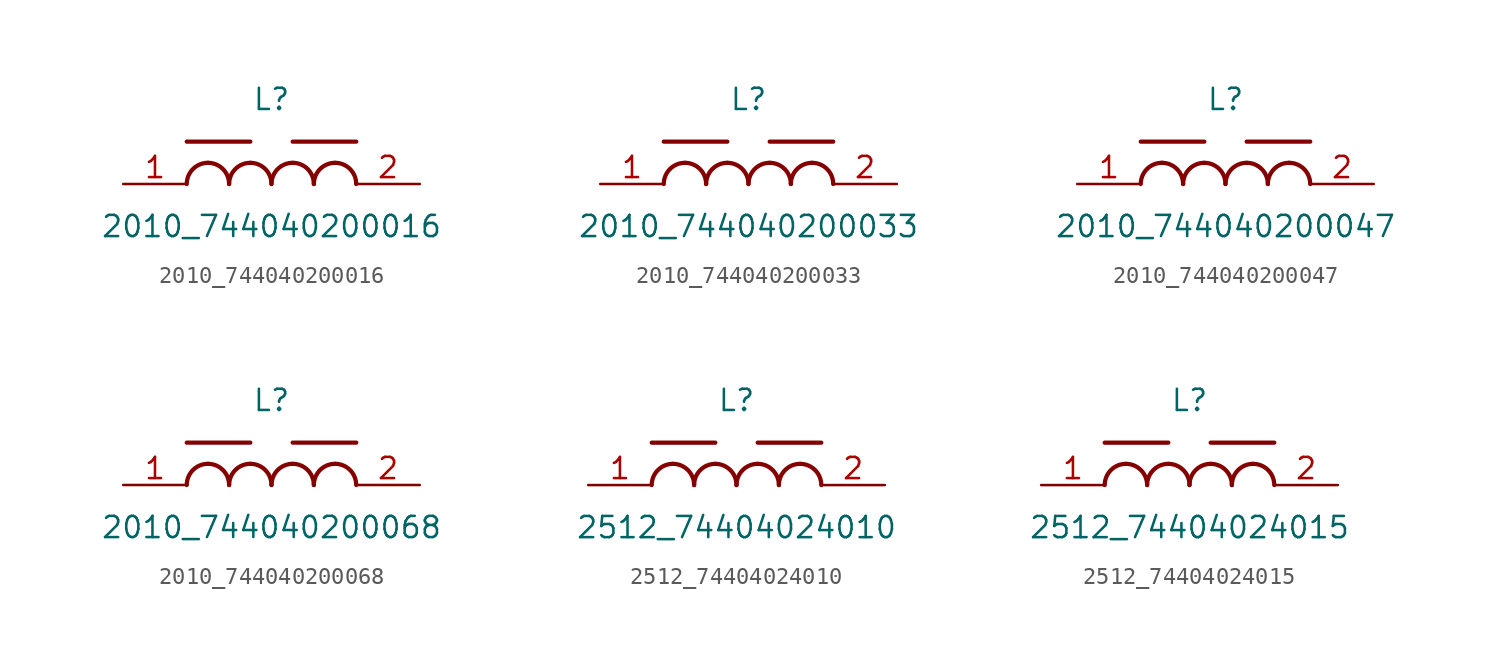
<source format=kicad_sym>
(kicad_symbol_lib
  (version 20211014)
  (generator kicad_symbol_editor)
  (symbol "Inductor_Wurth_WE-LQS:2010_744040200016"
    (pin_names hide)
    (property "Reference" "L"
      (at 0 5.08 0)
      (effects (font (size 1.27 1.27))))
    (property "Value" "2010_744040200016"
      (at 0 -2.54 0)
      (effects (font (size 1.27 1.27))))
    (symbol "2010_744040200016_0_1"
      (arc (start -3.81 1.27) (mid -4.708 0.898) (end -5.08 0) (stroke (width 0.254) (type default) (color 0 0 0 0)) (fill (type none)))
      (arc (start -2.54 0) (mid -2.912 0.898) (end -3.81 1.27) (stroke (width 0.254) (type default) (color 0 0 0 0)) (fill (type none)))
      (arc (start -1.2699 1.2701) (mid -2.1679 0.8981) (end -2.5399 0.0001) (stroke (width 0.254) (type default) (color 0 0 0 0)) (fill (type none)))
      (polyline (pts (xy -5.08 2.54) (xy -1.27 2.54)) (stroke (width 0.254) (type default) (color 0 0 0 0)) (fill (type none)))
      (polyline (pts (xy 5.08 2.54) (xy 1.27 2.54)) (stroke (width 0.254) (type default) (color 0 0 0 0)) (fill (type none)))
      (arc (start 0.0001 0.0001) (mid -0.3719 0.8981) (end -1.2699 1.2701) (stroke (width 0.254) (type default) (color 0 0 0 0)) (fill (type none)))
      (arc (start 1.2701 1.2701) (mid 0.3721 0.8981) (end 0.0001 0.0001) (stroke (width 0.254) (type default) (color 0 0 0 0)) (fill (type none)))
      (arc (start 2.5401 0.0001) (mid 2.1681 0.8981) (end 1.2701 1.2701) (stroke (width 0.254) (type default) (color 0 0 0 0)) (fill (type none)))
      (arc (start 3.8101 1.2701) (mid 2.9121 0.8981) (end 2.5401 0.0001) (stroke (width 0.254) (type default) (color 0 0 0 0)) (fill (type none)))
      (arc (start 5.0801 0.0001) (mid 4.7081 0.8981) (end 3.8101 1.2701) (stroke (width 0.254) (type default) (color 0 0 0 0)) (fill (type none))))
    (symbol "2010_744040200016_1_1"
      (pin passive line (at -8.89 0 0) (length 3.81) (name "1" (effects (font (size 1.27 1.27)))) (number "1" (effects (font (size 1.27 1.27)))))
      (pin passive line (at 8.89 0 180) (length 3.81) (name "2" (effects (font (size 1.27 1.27)))) (number "2" (effects (font (size 1.27 1.27)))))))
  (symbol "Inductor_Wurth_WE-LQS:2010_744040200033"
    (pin_names hide)
    (property "Reference" "L"
      (at 0 5.08 0)
      (effects (font (size 1.27 1.27))))
    (property "Value" "2010_744040200033"
      (at 0 -2.54 0)
      (effects (font (size 1.27 1.27))))
    (symbol "2010_744040200033_0_1"
      (arc (start -3.81 1.27) (mid -4.708 0.898) (end -5.08 0) (stroke (width 0.254) (type default) (color 0 0 0 0)) (fill (type none)))
      (arc (start -2.54 0) (mid -2.912 0.898) (end -3.81 1.27) (stroke (width 0.254) (type default) (color 0 0 0 0)) (fill (type none)))
      (arc (start -1.2699 1.2701) (mid -2.1679 0.8981) (end -2.5399 0.0001) (stroke (width 0.254) (type default) (color 0 0 0 0)) (fill (type none)))
      (polyline (pts (xy -5.08 2.54) (xy -1.27 2.54)) (stroke (width 0.254) (type default) (color 0 0 0 0)) (fill (type none)))
      (polyline (pts (xy 5.08 2.54) (xy 1.27 2.54)) (stroke (width 0.254) (type default) (color 0 0 0 0)) (fill (type none)))
      (arc (start 0.0001 0.0001) (mid -0.3719 0.8981) (end -1.2699 1.2701) (stroke (width 0.254) (type default) (color 0 0 0 0)) (fill (type none)))
      (arc (start 1.2701 1.2701) (mid 0.3721 0.8981) (end 0.0001 0.0001) (stroke (width 0.254) (type default) (color 0 0 0 0)) (fill (type none)))
      (arc (start 2.5401 0.0001) (mid 2.1681 0.8981) (end 1.2701 1.2701) (stroke (width 0.254) (type default) (color 0 0 0 0)) (fill (type none)))
      (arc (start 3.8101 1.2701) (mid 2.9121 0.8981) (end 2.5401 0.0001) (stroke (width 0.254) (type default) (color 0 0 0 0)) (fill (type none)))
      (arc (start 5.0801 0.0001) (mid 4.7081 0.8981) (end 3.8101 1.2701) (stroke (width 0.254) (type default) (color 0 0 0 0)) (fill (type none))))
    (symbol "2010_744040200033_1_1"
      (pin passive line (at -8.89 0 0) (length 3.81) (name "1" (effects (font (size 1.27 1.27)))) (number "1" (effects (font (size 1.27 1.27)))))
      (pin passive line (at 8.89 0 180) (length 3.81) (name "2" (effects (font (size 1.27 1.27)))) (number "2" (effects (font (size 1.27 1.27)))))))
  (symbol "Inductor_Wurth_WE-LQS:2010_744040200047"
    (pin_names hide)
    (property "Reference" "L"
      (at 0 5.08 0)
      (effects (font (size 1.27 1.27))))
    (property "Value" "2010_744040200047"
      (at 0 -2.54 0)
      (effects (font (size 1.27 1.27))))
    (symbol "2010_744040200047_0_1"
      (arc (start -3.81 1.27) (mid -4.708 0.898) (end -5.08 0) (stroke (width 0.254) (type default) (color 0 0 0 0)) (fill (type none)))
      (arc (start -2.54 0) (mid -2.912 0.898) (end -3.81 1.27) (stroke (width 0.254) (type default) (color 0 0 0 0)) (fill (type none)))
      (arc (start -1.2699 1.2701) (mid -2.1679 0.8981) (end -2.5399 0.0001) (stroke (width 0.254) (type default) (color 0 0 0 0)) (fill (type none)))
      (polyline (pts (xy -5.08 2.54) (xy -1.27 2.54)) (stroke (width 0.254) (type default) (color 0 0 0 0)) (fill (type none)))
      (polyline (pts (xy 5.08 2.54) (xy 1.27 2.54)) (stroke (width 0.254) (type default) (color 0 0 0 0)) (fill (type none)))
      (arc (start 0.0001 0.0001) (mid -0.3719 0.8981) (end -1.2699 1.2701) (stroke (width 0.254) (type default) (color 0 0 0 0)) (fill (type none)))
      (arc (start 1.2701 1.2701) (mid 0.3721 0.8981) (end 0.0001 0.0001) (stroke (width 0.254) (type default) (color 0 0 0 0)) (fill (type none)))
      (arc (start 2.5401 0.0001) (mid 2.1681 0.8981) (end 1.2701 1.2701) (stroke (width 0.254) (type default) (color 0 0 0 0)) (fill (type none)))
      (arc (start 3.8101 1.2701) (mid 2.9121 0.8981) (end 2.5401 0.0001) (stroke (width 0.254) (type default) (color 0 0 0 0)) (fill (type none)))
      (arc (start 5.0801 0.0001) (mid 4.7081 0.8981) (end 3.8101 1.2701) (stroke (width 0.254) (type default) (color 0 0 0 0)) (fill (type none))))
    (symbol "2010_744040200047_1_1"
      (pin passive line (at -8.89 0 0) (length 3.81) (name "1" (effects (font (size 1.27 1.27)))) (number "1" (effects (font (size 1.27 1.27)))))
      (pin passive line (at 8.89 0 180) (length 3.81) (name "2" (effects (font (size 1.27 1.27)))) (number "2" (effects (font (size 1.27 1.27)))))))
  (symbol "Inductor_Wurth_WE-LQS:2010_744040200068"
    (pin_names hide)
    (property "Reference" "L"
      (at 0 5.08 0)
      (effects (font (size 1.27 1.27))))
    (property "Value" "2010_744040200068"
      (at 0 -2.54 0)
      (effects (font (size 1.27 1.27))))
    (symbol "2010_744040200068_0_1"
      (arc (start -3.81 1.27) (mid -4.708 0.898) (end -5.08 0) (stroke (width 0.254) (type default) (color 0 0 0 0)) (fill (type none)))
      (arc (start -2.54 0) (mid -2.912 0.898) (end -3.81 1.27) (stroke (width 0.254) (type default) (color 0 0 0 0)) (fill (type none)))
      (arc (start -1.2699 1.2701) (mid -2.1679 0.8981) (end -2.5399 0.0001) (stroke (width 0.254) (type default) (color 0 0 0 0)) (fill (type none)))
      (polyline (pts (xy -5.08 2.54) (xy -1.27 2.54)) (stroke (width 0.254) (type default) (color 0 0 0 0)) (fill (type none)))
      (polyline (pts (xy 5.08 2.54) (xy 1.27 2.54)) (stroke (width 0.254) (type default) (color 0 0 0 0)) (fill (type none)))
      (arc (start 0.0001 0.0001) (mid -0.3719 0.8981) (end -1.2699 1.2701) (stroke (width 0.254) (type default) (color 0 0 0 0)) (fill (type none)))
      (arc (start 1.2701 1.2701) (mid 0.3721 0.8981) (end 0.0001 0.0001) (stroke (width 0.254) (type default) (color 0 0 0 0)) (fill (type none)))
      (arc (start 2.5401 0.0001) (mid 2.1681 0.8981) (end 1.2701 1.2701) (stroke (width 0.254) (type default) (color 0 0 0 0)) (fill (type none)))
      (arc (start 3.8101 1.2701) (mid 2.9121 0.8981) (end 2.5401 0.0001) (stroke (width 0.254) (type default) (color 0 0 0 0)) (fill (type none)))
      (arc (start 5.0801 0.0001) (mid 4.7081 0.8981) (end 3.8101 1.2701) (stroke (width 0.254) (type default) (color 0 0 0 0)) (fill (type none))))
    (symbol "2010_744040200068_1_1"
      (pin passive line (at -8.89 0 0) (length 3.81) (name "1" (effects (font (size 1.27 1.27)))) (number "1" (effects (font (size 1.27 1.27)))))
      (pin passive line (at 8.89 0 180) (length 3.81) (name "2" (effects (font (size 1.27 1.27)))) (number "2" (effects (font (size 1.27 1.27)))))))
  (symbol "Inductor_Wurth_WE-LQS:2512_74404024010"
    (pin_names hide)
    (property "Reference" "L"
      (at 0 5.08 0)
      (effects (font (size 1.27 1.27))))
    (property "Value" "2512_74404024010"
      (at 0 -2.54 0)
      (effects (font (size 1.27 1.27))))
    (symbol "2512_74404024010_0_1"
      (arc (start -3.81 1.27) (mid -4.708 0.898) (end -5.08 0) (stroke (width 0.254) (type default) (color 0 0 0 0)) (fill (type none)))
      (arc (start -2.54 0) (mid -2.912 0.898) (end -3.81 1.27) (stroke (width 0.254) (type default) (color 0 0 0 0)) (fill (type none)))
      (arc (start -1.2699 1.2701) (mid -2.1679 0.8981) (end -2.5399 0.0001) (stroke (width 0.254) (type default) (color 0 0 0 0)) (fill (type none)))
      (polyline (pts (xy -5.08 2.54) (xy -1.27 2.54)) (stroke (width 0.254) (type default) (color 0 0 0 0)) (fill (type none)))
      (polyline (pts (xy 5.08 2.54) (xy 1.27 2.54)) (stroke (width 0.254) (type default) (color 0 0 0 0)) (fill (type none)))
      (arc (start 0.0001 0.0001) (mid -0.3719 0.8981) (end -1.2699 1.2701) (stroke (width 0.254) (type default) (color 0 0 0 0)) (fill (type none)))
      (arc (start 1.2701 1.2701) (mid 0.3721 0.8981) (end 0.0001 0.0001) (stroke (width 0.254) (type default) (color 0 0 0 0)) (fill (type none)))
      (arc (start 2.5401 0.0001) (mid 2.1681 0.8981) (end 1.2701 1.2701) (stroke (width 0.254) (type default) (color 0 0 0 0)) (fill (type none)))
      (arc (start 3.8101 1.2701) (mid 2.9121 0.8981) (end 2.5401 0.0001) (stroke (width 0.254) (type default) (color 0 0 0 0)) (fill (type none)))
      (arc (start 5.0801 0.0001) (mid 4.7081 0.8981) (end 3.8101 1.2701) (stroke (width 0.254) (type default) (color 0 0 0 0)) (fill (type none))))
    (symbol "2512_74404024010_1_1"
      (pin passive line (at -8.89 0 0) (length 3.81) (name "1" (effects (font (size 1.27 1.27)))) (number "1" (effects (font (size 1.27 1.27)))))
      (pin passive line (at 8.89 0 180) (length 3.81) (name "2" (effects (font (size 1.27 1.27)))) (number "2" (effects (font (size 1.27 1.27)))))))
  (symbol "Inductor_Wurth_WE-LQS:2512_74404024015"
    (pin_names hide)
    (property "Reference" "L"
      (at 0 5.08 0)
      (effects (font (size 1.27 1.27))))
    (property "Value" "2512_74404024015"
      (at 0 -2.54 0)
      (effects (font (size 1.27 1.27))))
    (symbol "2512_74404024015_0_1"
      (arc (start -3.81 1.27) (mid -4.708 0.898) (end -5.08 0) (stroke (width 0.254) (type default) (color 0 0 0 0)) (fill (type none)))
      (arc (start -2.54 0) (mid -2.912 0.898) (end -3.81 1.27) (stroke (width 0.254) (type default) (color 0 0 0 0)) (fill (type none)))
      (arc (start -1.2699 1.2701) (mid -2.1679 0.8981) (end -2.5399 0.0001) (stroke (width 0.254) (type default) (color 0 0 0 0)) (fill (type none)))
      (polyline (pts (xy -5.08 2.54) (xy -1.27 2.54)) (stroke (width 0.254) (type default) (color 0 0 0 0)) (fill (type none)))
      (polyline (pts (xy 5.08 2.54) (xy 1.27 2.54)) (stroke (width 0.254) (type default) (color 0 0 0 0)) (fill (type none)))
      (arc (start 0.0001 0.0001) (mid -0.3719 0.8981) (end -1.2699 1.2701) (stroke (width 0.254) (type default) (color 0 0 0 0)) (fill (type none)))
      (arc (start 1.2701 1.2701) (mid 0.3721 0.8981) (end 0.0001 0.0001) (stroke (width 0.254) (type default) (color 0 0 0 0)) (fill (type none)))
      (arc (start 2.5401 0.0001) (mid 2.1681 0.8981) (end 1.2701 1.2701) (stroke (width 0.254) (type default) (color 0 0 0 0)) (fill (type none)))
      (arc (start 3.8101 1.2701) (mid 2.9121 0.8981) (end 2.5401 0.0001) (stroke (width 0.254) (type default) (color 0 0 0 0)) (fill (type none)))
      (arc (start 5.0801 0.0001) (mid 4.7081 0.8981) (end 3.8101 1.2701) (stroke (width 0.254) (type default) (color 0 0 0 0)) (fill (type none))))
    (symbol "2512_74404024015_1_1"
      (pin passive line (at -8.89 0 0) (length 3.81) (name "1" (effects (font (size 1.27 1.27)))) (number "1" (effects (font (size 1.27 1.27)))))
      (pin passive line (at 8.89 0 180) (length 3.81) (name "2" (effects (font (size 1.27 1.27)))) (number "2" (effects (font (size 1.27 1.27))))))))
</source>
